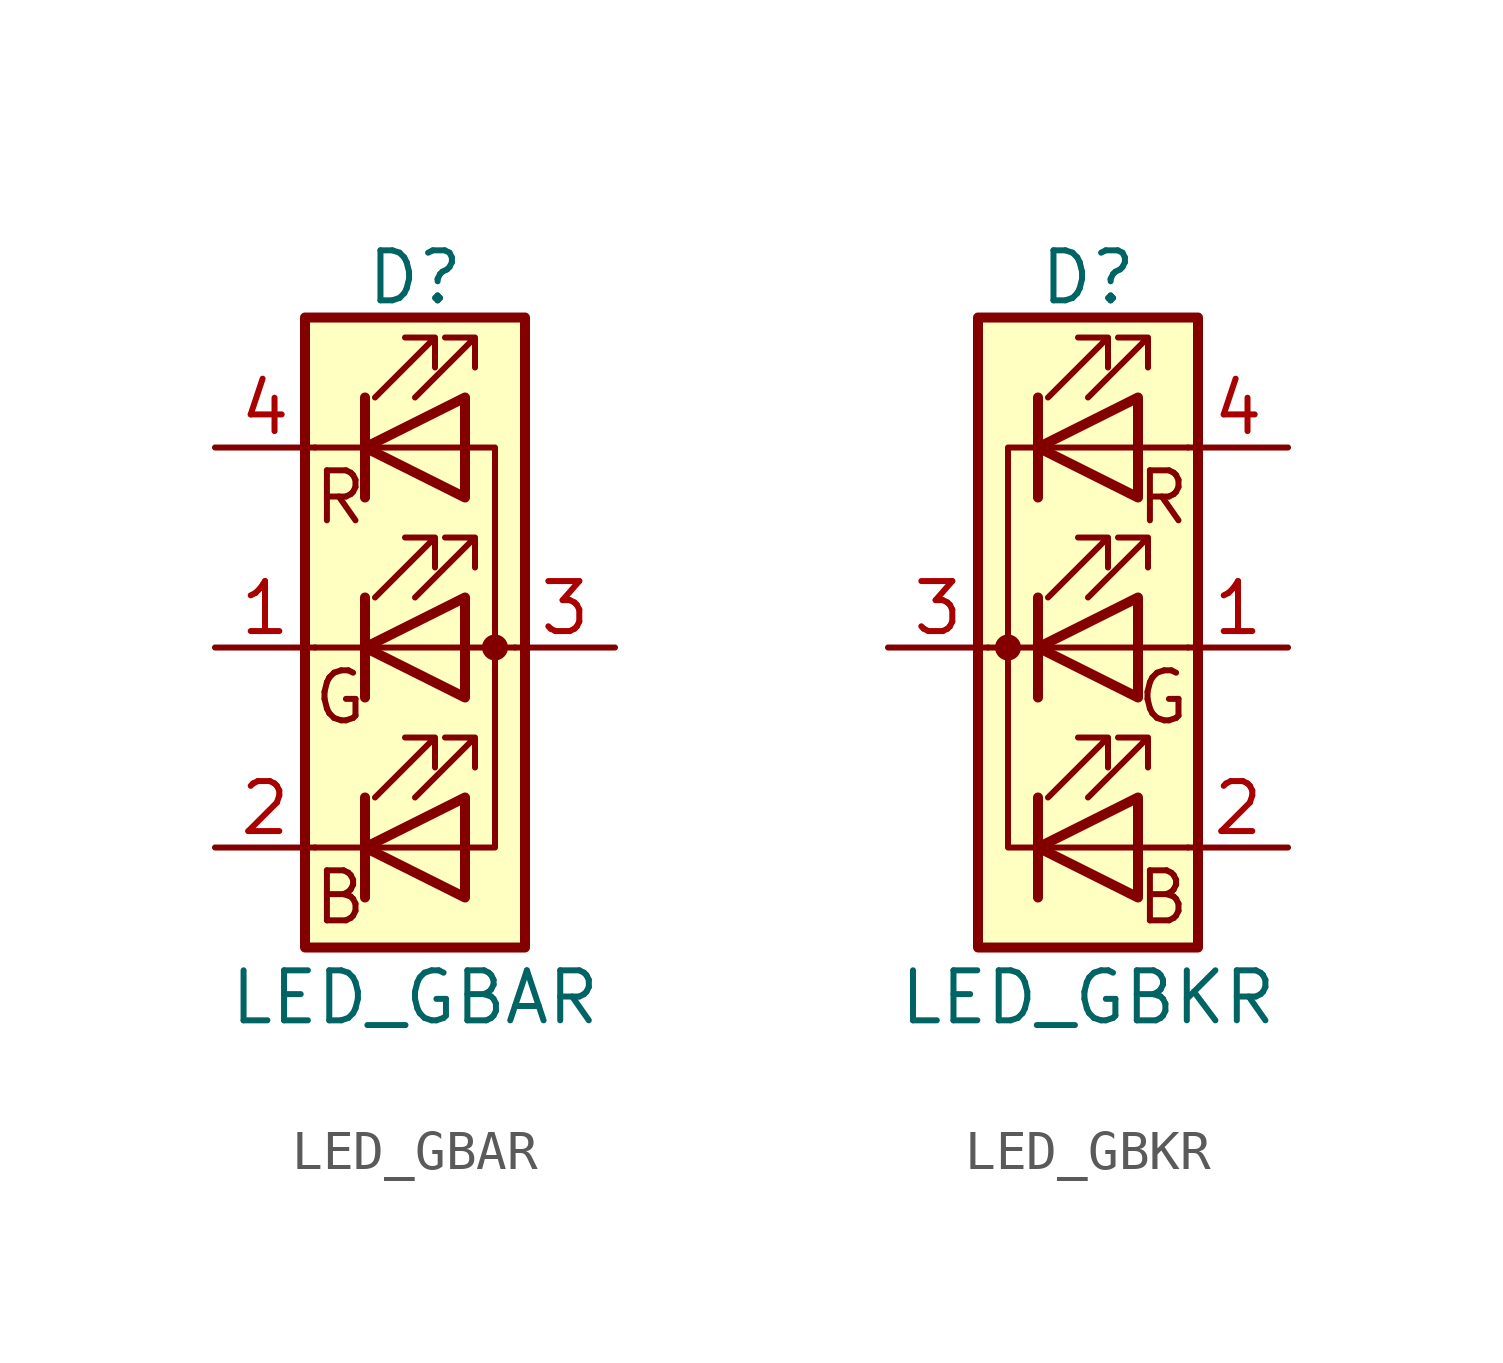
<source format=kicad_sym>
(kicad_symbol_lib
  (version 20241209)
  (generator "kicad_symbol_editor")
  (generator_version "9.0")
  (symbol "LED_GBAR"
    (pin_names
      (offset 0)
      (hide yes))
    (property "Reference" "D"
      (at 0 9.398 0)
      (effects (font (size 1.27 1.27))))
    (property "Value" "LED_GBAR"
      (at 0 -8.89 0)
      (effects (font (size 1.27 1.27))))
    (symbol "LED_GBAR_0_0"
      (text "R" (at -1.905 3.81 0) (effects (font (size 1.27 1.27))))
      (text "G" (at -1.905 -1.27 0) (effects (font (size 1.27 1.27))))
      (text "B" (at -1.905 -6.35 0) (effects (font (size 1.27 1.27)))))
    (symbol "LED_GBAR_0_1"
      (polyline (pts (xy -1.27 6.35) (xy -1.27 3.81)) (stroke (width 0.254) (type default)) (fill (type none)))
      (polyline (pts (xy -1.27 6.35) (xy -1.27 3.81) (xy -1.27 3.81)) (stroke (width 0) (type default)) (fill (type none)))
      (polyline (pts (xy -1.27 5.08) (xy -2.54 5.08)) (stroke (width 0) (type default)) (fill (type none)))
      (polyline (pts (xy -1.27 5.08) (xy 1.27 5.08)) (stroke (width 0) (type default)) (fill (type none)))
      (polyline (pts (xy -1.27 1.27) (xy -1.27 -1.27)) (stroke (width 0.254) (type default)) (fill (type none)))
      (polyline (pts (xy -1.27 1.27) (xy -1.27 -1.27) (xy -1.27 -1.27)) (stroke (width 0) (type default)) (fill (type none)))
      (polyline (pts (xy -1.27 0) (xy -2.54 0)) (stroke (width 0) (type default)) (fill (type none)))
      (polyline (pts (xy -1.27 -3.81) (xy -1.27 -6.35)) (stroke (width 0.254) (type default)) (fill (type none)))
      (polyline (pts (xy -1.27 -5.08) (xy -2.54 -5.08)) (stroke (width 0) (type default)) (fill (type none)))
      (polyline (pts (xy -1.27 -5.08) (xy 1.27 -5.08)) (stroke (width 0) (type default)) (fill (type none)))
      (polyline (pts (xy -1.016 6.35) (xy 0.508 7.874) (xy -0.254 7.874) (xy 0.508 7.874) (xy 0.508 7.112)) (stroke (width 0) (type default)) (fill (type none)))
      (polyline (pts (xy -1.016 1.27) (xy 0.508 2.794) (xy -0.254 2.794) (xy 0.508 2.794) (xy 0.508 2.032)) (stroke (width 0) (type default)) (fill (type none)))
      (polyline (pts (xy -1.016 -3.81) (xy 0.508 -2.286) (xy -0.254 -2.286) (xy 0.508 -2.286) (xy 0.508 -3.048)) (stroke (width 0) (type default)) (fill (type none)))
      (polyline (pts (xy 0 6.35) (xy 1.524 7.874) (xy 0.762 7.874) (xy 1.524 7.874) (xy 1.524 7.112)) (stroke (width 0) (type default)) (fill (type none)))
      (polyline (pts (xy 0 1.27) (xy 1.524 2.794) (xy 0.762 2.794) (xy 1.524 2.794) (xy 1.524 2.032)) (stroke (width 0) (type default)) (fill (type none)))
      (polyline (pts (xy 0 -3.81) (xy 1.524 -2.286) (xy 0.762 -2.286) (xy 1.524 -2.286) (xy 1.524 -3.048)) (stroke (width 0) (type default)) (fill (type none)))
      (polyline (pts (xy 1.27 6.35) (xy 1.27 3.81) (xy -1.27 5.08) (xy 1.27 6.35)) (stroke (width 0.254) (type default)) (fill (type none)))
      (rectangle (start 1.27 6.35) (end 1.27 6.35) (stroke (width 0) (type default)) (fill (type none)))
      (rectangle (start 1.27 3.81) (end 1.27 6.35) (stroke (width 0) (type default)) (fill (type none)))
      (polyline (pts (xy 1.27 1.27) (xy 1.27 -1.27) (xy -1.27 0) (xy 1.27 1.27)) (stroke (width 0.254) (type default)) (fill (type none)))
      (rectangle (start 1.27 1.27) (end 1.27 1.27) (stroke (width 0) (type default)) (fill (type none)))
      (polyline (pts (xy 1.27 0) (xy -1.27 0)) (stroke (width 0) (type default)) (fill (type none)))
      (polyline (pts (xy 1.27 0) (xy 2.54 0)) (stroke (width 0) (type default)) (fill (type none)))
      (rectangle (start 1.27 -1.27) (end 1.27 1.27) (stroke (width 0) (type default)) (fill (type none)))
      (polyline (pts (xy 1.27 -3.81) (xy 1.27 -6.35) (xy -1.27 -5.08) (xy 1.27 -3.81)) (stroke (width 0.254) (type default)) (fill (type none)))
      (polyline (pts (xy 1.27 -5.08) (xy 2.032 -5.08) (xy 2.032 5.08) (xy 1.27 5.08)) (stroke (width 0) (type default)) (fill (type none)))
      (circle (center 2.032 0) (radius 0.254) (stroke (width 0) (type default)) (fill (type outline)))
      (rectangle (start 2.794 8.382) (end -2.794 -7.62) (stroke (width 0.254) (type default)) (fill (type background))))
    (symbol "LED_GBAR_1_1"
      (pin passive line (at -5.08 5.08 0) (length 2.54) (name "RK" (effects (font (size 1.27 1.27)))) (number "4" (effects (font (size 1.27 1.27)))))
      (pin passive line (at -5.08 0 0) (length 2.54) (name "GK" (effects (font (size 1.27 1.27)))) (number "1" (effects (font (size 1.27 1.27)))))
      (pin passive line (at -5.08 -5.08 0) (length 2.54) (name "BK" (effects (font (size 1.27 1.27)))) (number "2" (effects (font (size 1.27 1.27)))))
      (pin passive line (at 5.08 0 180) (length 2.54) (name "A" (effects (font (size 1.27 1.27)))) (number "3" (effects (font (size 1.27 1.27)))))))
  (symbol "LED_GBKR"
    (pin_names
      (offset 0)
      (hide yes))
    (property "Reference" "D"
      (at 0 9.398 0)
      (effects (font (size 1.27 1.27))))
    (property "Value" "LED_GBKR"
      (at 0 -8.89 0)
      (effects (font (size 1.27 1.27))))
    (symbol "LED_GBKR_0_0"
      (text "R" (at 1.905 3.81 0) (effects (font (size 1.27 1.27))))
      (text "G" (at 1.905 -1.27 0) (effects (font (size 1.27 1.27))))
      (text "B" (at 1.905 -6.35 0) (effects (font (size 1.27 1.27)))))
    (symbol "LED_GBKR_0_1"
      (circle (center -2.032 0) (radius 0.254) (stroke (width 0) (type default)) (fill (type outline)))
      (polyline (pts (xy -1.27 6.35) (xy -1.27 3.81)) (stroke (width 0.254) (type default)) (fill (type none)))
      (polyline (pts (xy -1.27 6.35) (xy -1.27 3.81) (xy -1.27 3.81)) (stroke (width 0) (type default)) (fill (type none)))
      (polyline (pts (xy -1.27 5.08) (xy 1.27 5.08)) (stroke (width 0) (type default)) (fill (type none)))
      (polyline (pts (xy -1.27 5.08) (xy -2.032 5.08) (xy -2.032 -5.08) (xy -1.016 -5.08)) (stroke (width 0) (type default)) (fill (type none)))
      (polyline (pts (xy -1.27 1.27) (xy -1.27 -1.27)) (stroke (width 0.254) (type default)) (fill (type none)))
      (polyline (pts (xy -1.27 1.27) (xy -1.27 -1.27) (xy -1.27 -1.27)) (stroke (width 0) (type default)) (fill (type none)))
      (polyline (pts (xy -1.27 0) (xy -2.54 0)) (stroke (width 0) (type default)) (fill (type none)))
      (polyline (pts (xy -1.27 -3.81) (xy -1.27 -6.35)) (stroke (width 0.254) (type default)) (fill (type none)))
      (polyline (pts (xy -1.27 -5.08) (xy 1.27 -5.08)) (stroke (width 0) (type default)) (fill (type none)))
      (polyline (pts (xy -1.016 6.35) (xy 0.508 7.874) (xy -0.254 7.874) (xy 0.508 7.874) (xy 0.508 7.112)) (stroke (width 0) (type default)) (fill (type none)))
      (polyline (pts (xy -1.016 1.27) (xy 0.508 2.794) (xy -0.254 2.794) (xy 0.508 2.794) (xy 0.508 2.032)) (stroke (width 0) (type default)) (fill (type none)))
      (polyline (pts (xy -1.016 -3.81) (xy 0.508 -2.286) (xy -0.254 -2.286) (xy 0.508 -2.286) (xy 0.508 -3.048)) (stroke (width 0) (type default)) (fill (type none)))
      (polyline (pts (xy 0 6.35) (xy 1.524 7.874) (xy 0.762 7.874) (xy 1.524 7.874) (xy 1.524 7.112)) (stroke (width 0) (type default)) (fill (type none)))
      (polyline (pts (xy 0 1.27) (xy 1.524 2.794) (xy 0.762 2.794) (xy 1.524 2.794) (xy 1.524 2.032)) (stroke (width 0) (type default)) (fill (type none)))
      (polyline (pts (xy 0 -3.81) (xy 1.524 -2.286) (xy 0.762 -2.286) (xy 1.524 -2.286) (xy 1.524 -3.048)) (stroke (width 0) (type default)) (fill (type none)))
      (polyline (pts (xy 1.27 6.35) (xy 1.27 3.81) (xy -1.27 5.08) (xy 1.27 6.35)) (stroke (width 0.254) (type default)) (fill (type none)))
      (rectangle (start 1.27 6.35) (end 1.27 6.35) (stroke (width 0) (type default)) (fill (type none)))
      (polyline (pts (xy 1.27 5.08) (xy 2.54 5.08)) (stroke (width 0) (type default)) (fill (type none)))
      (rectangle (start 1.27 3.81) (end 1.27 6.35) (stroke (width 0) (type default)) (fill (type none)))
      (polyline (pts (xy 1.27 1.27) (xy 1.27 -1.27) (xy -1.27 0) (xy 1.27 1.27)) (stroke (width 0.254) (type default)) (fill (type none)))
      (rectangle (start 1.27 1.27) (end 1.27 1.27) (stroke (width 0) (type default)) (fill (type none)))
      (polyline (pts (xy 1.27 0) (xy -1.27 0)) (stroke (width 0) (type default)) (fill (type none)))
      (polyline (pts (xy 1.27 0) (xy 2.54 0)) (stroke (width 0) (type default)) (fill (type none)))
      (rectangle (start 1.27 -1.27) (end 1.27 1.27) (stroke (width 0) (type default)) (fill (type none)))
      (polyline (pts (xy 1.27 -3.81) (xy 1.27 -6.35) (xy -1.27 -5.08) (xy 1.27 -3.81)) (stroke (width 0.254) (type default)) (fill (type none)))
      (polyline (pts (xy 1.27 -5.08) (xy 2.54 -5.08)) (stroke (width 0) (type default)) (fill (type none)))
      (rectangle (start 2.794 8.382) (end -2.794 -7.62) (stroke (width 0.254) (type default)) (fill (type background))))
    (symbol "LED_GBKR_1_1"
      (pin passive line (at -5.08 0 0) (length 2.54) (name "K" (effects (font (size 1.27 1.27)))) (number "3" (effects (font (size 1.27 1.27)))))
      (pin passive line (at 5.08 5.08 180) (length 2.54) (name "RA" (effects (font (size 1.27 1.27)))) (number "4" (effects (font (size 1.27 1.27)))))
      (pin passive line (at 5.08 0 180) (length 2.54) (name "GA" (effects (font (size 1.27 1.27)))) (number "1" (effects (font (size 1.27 1.27)))))
      (pin passive line (at 5.08 -5.08 180) (length 2.54) (name "BA" (effects (font (size 1.27 1.27)))) (number "2" (effects (font (size 1.27 1.27))))))))
</source>
